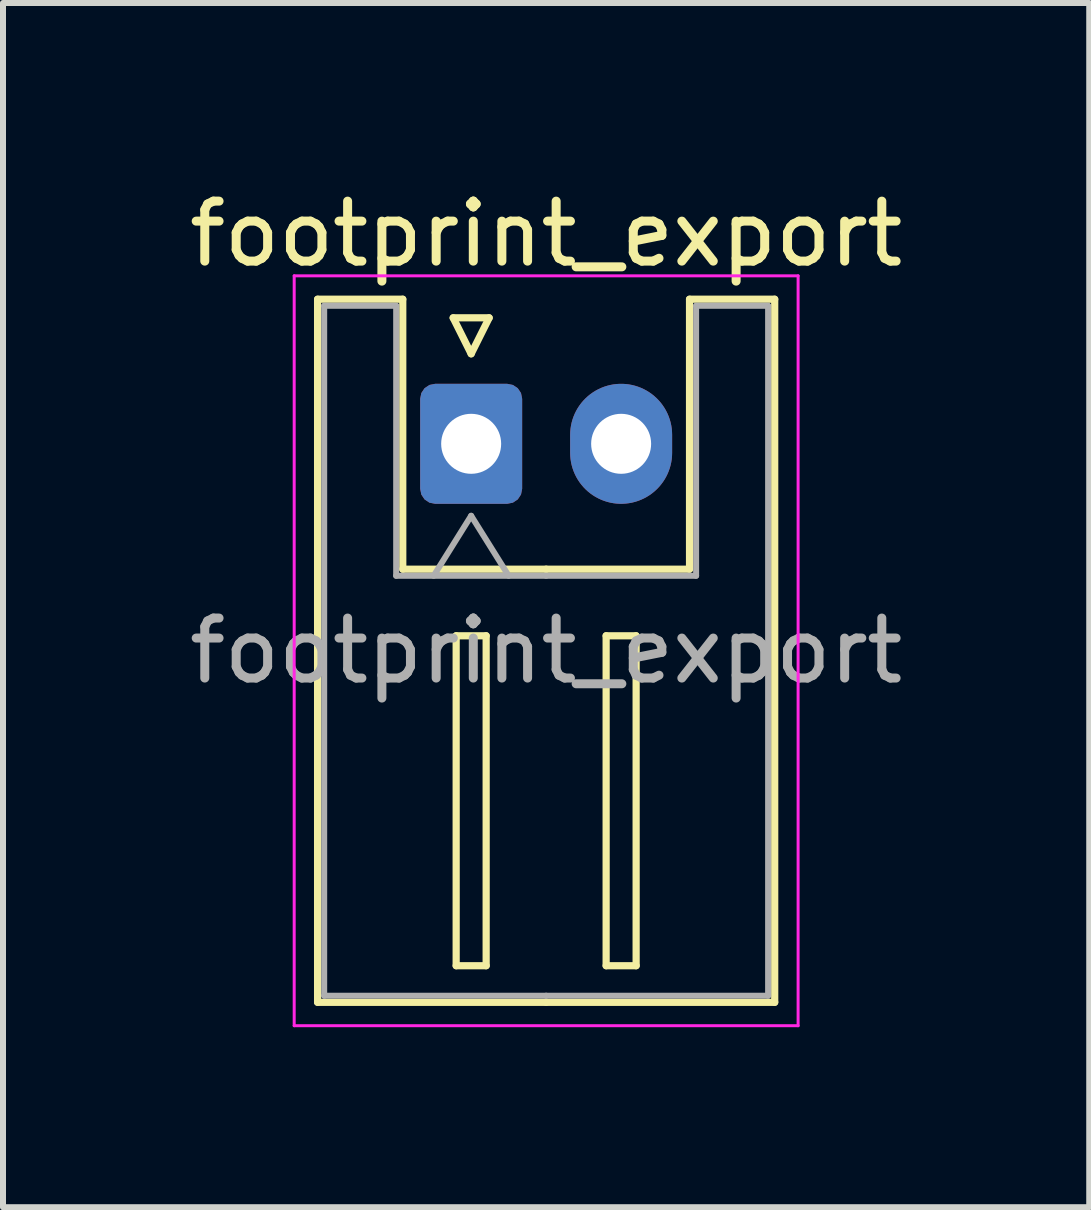
<source format=kicad_pcb>
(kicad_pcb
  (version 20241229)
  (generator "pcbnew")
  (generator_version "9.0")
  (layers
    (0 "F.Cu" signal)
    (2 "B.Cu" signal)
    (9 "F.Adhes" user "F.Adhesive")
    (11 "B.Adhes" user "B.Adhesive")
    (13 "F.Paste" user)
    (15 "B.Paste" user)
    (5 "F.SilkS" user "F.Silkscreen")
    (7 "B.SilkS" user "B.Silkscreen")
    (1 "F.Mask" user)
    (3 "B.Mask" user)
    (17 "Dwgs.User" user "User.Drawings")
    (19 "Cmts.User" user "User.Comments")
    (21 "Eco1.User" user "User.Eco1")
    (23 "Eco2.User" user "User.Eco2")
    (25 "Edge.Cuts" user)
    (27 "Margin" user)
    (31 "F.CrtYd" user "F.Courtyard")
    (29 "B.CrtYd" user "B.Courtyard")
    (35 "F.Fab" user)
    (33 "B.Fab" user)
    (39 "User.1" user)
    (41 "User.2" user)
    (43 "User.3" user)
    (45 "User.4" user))
  (footprint "footprint_export"
    (layer "F.Cu")
    (at 4.804 4.348)
    (property "Reference" "footprint_export" (at 1.25 -3.5 0) (layer "F.SilkS") (effects (font (size 1 1) (thickness 0.15))))
    (attr through_hole)
    (fp_line (start -2.56 -2.41) (end -1.14 -2.41) (stroke (width 0.12) (type solid)) (layer "F.SilkS"))
    (fp_line (start -2.56 9.31) (end -2.56 -2.41) (stroke (width 0.12) (type solid)) (layer "F.SilkS"))
    (fp_line (start -1.14 -2.41) (end -1.14 2.09) (stroke (width 0.12) (type solid)) (layer "F.SilkS"))
    (fp_line (start -1.14 2.09) (end 1.25 2.09) (stroke (width 0.12) (type solid)) (layer "F.SilkS"))
    (fp_line (start -0.3 -2.1) (end 0.3 -2.1) (stroke (width 0.12) (type solid)) (layer "F.SilkS"))
    (fp_line (start -0.25 3.2) (end -0.25 8.7) (stroke (width 0.12) (type solid)) (layer "F.SilkS"))
    (fp_line (start -0.25 8.7) (end 0.25 8.7) (stroke (width 0.12) (type solid)) (layer "F.SilkS"))
    (fp_line (start 0 -1.5) (end -0.3 -2.1) (stroke (width 0.12) (type solid)) (layer "F.SilkS"))
    (fp_line (start 0.25 3.2) (end -0.25 3.2) (stroke (width 0.12) (type solid)) (layer "F.SilkS"))
    (fp_line (start 0.25 8.7) (end 0.25 3.2) (stroke (width 0.12) (type solid)) (layer "F.SilkS"))
    (fp_line (start 0.3 -2.1) (end 0 -1.5) (stroke (width 0.12) (type solid)) (layer "F.SilkS"))
    (fp_line (start 1.25 9.31) (end -2.56 9.31) (stroke (width 0.12) (type solid)) (layer "F.SilkS"))
    (fp_line (start 1.25 9.31) (end 5.06 9.31) (stroke (width 0.12) (type solid)) (layer "F.SilkS"))
    (fp_line (start 2.25 3.2) (end 2.25 8.7) (stroke (width 0.12) (type solid)) (layer "F.SilkS"))
    (fp_line (start 2.25 8.7) (end 2.75 8.7) (stroke (width 0.12) (type solid)) (layer "F.SilkS"))
    (fp_line (start 2.75 3.2) (end 2.25 3.2) (stroke (width 0.12) (type solid)) (layer "F.SilkS"))
    (fp_line (start 2.75 8.7) (end 2.75 3.2) (stroke (width 0.12) (type solid)) (layer "F.SilkS"))
    (fp_line (start 3.64 -2.41) (end 3.64 2.09) (stroke (width 0.12) (type solid)) (layer "F.SilkS"))
    (fp_line (start 3.64 2.09) (end 1.25 2.09) (stroke (width 0.12) (type solid)) (layer "F.SilkS"))
    (fp_line (start 5.06 -2.41) (end 3.64 -2.41) (stroke (width 0.12) (type solid)) (layer "F.SilkS"))
    (fp_line (start 5.06 9.31) (end 5.06 -2.41) (stroke (width 0.12) (type solid)) (layer "F.SilkS"))
    (fp_line (start -2.95 -2.8) (end -2.95 9.7) (stroke (width 0.05) (type solid)) (layer "F.CrtYd"))
    (fp_line (start -2.95 9.7) (end 5.45 9.7) (stroke (width 0.05) (type solid)) (layer "F.CrtYd"))
    (fp_line (start 5.45 -2.8) (end -2.95 -2.8) (stroke (width 0.05) (type solid)) (layer "F.CrtYd"))
    (fp_line (start 5.45 9.7) (end 5.45 -2.8) (stroke (width 0.05) (type solid)) (layer "F.CrtYd"))
    (fp_line (start -2.45 -2.3) (end -1.25 -2.3) (stroke (width 0.1) (type solid)) (layer "F.Fab"))
    (fp_line (start -2.45 9.2) (end -2.45 -2.3) (stroke (width 0.1) (type solid)) (layer "F.Fab"))
    (fp_line (start -1.25 -2.3) (end -1.25 2.2) (stroke (width 0.1) (type solid)) (layer "F.Fab"))
    (fp_line (start -1.25 2.2) (end 1.25 2.2) (stroke (width 0.1) (type solid)) (layer "F.Fab"))
    (fp_line (start -0.625 2.2) (end 0 1.2) (stroke (width 0.1) (type solid)) (layer "F.Fab"))
    (fp_line (start 0 1.2) (end 0.625 2.2) (stroke (width 0.1) (type solid)) (layer "F.Fab"))
    (fp_line (start 1.25 9.2) (end -2.45 9.2) (stroke (width 0.1) (type solid)) (layer "F.Fab"))
    (fp_line (start 1.25 9.2) (end 4.95 9.2) (stroke (width 0.1) (type solid)) (layer "F.Fab"))
    (fp_line (start 3.75 -2.3) (end 3.75 2.2) (stroke (width 0.1) (type solid)) (layer "F.Fab"))
    (fp_line (start 3.75 2.2) (end 1.25 2.2) (stroke (width 0.1) (type solid)) (layer "F.Fab"))
    (fp_line (start 4.95 -2.3) (end 3.75 -2.3) (stroke (width 0.1) (type solid)) (layer "F.Fab"))
    (fp_line (start 4.95 9.2) (end 4.95 -2.3) (stroke (width 0.1) (type solid)) (layer "F.Fab"))
    (fp_text user "${REFERENCE}" (at 1.25 3.45 0) (layer "F.Fab") (effects (font (size 1 1) (thickness 0.15))))
    (pad "1" thru_hole roundrect (at 0 0) (size 1.7 2) (drill 1) (layers "*.Cu" "*.Mask") (roundrect_rratio 0.147))
    (pad "2" thru_hole oval (at 2.5 0) (size 1.7 2) (drill 1) (layers "*.Cu" "*.Mask")))
  (gr_rect
    (start -3 -3)
    (end 15.107 17.073)
    (stroke (width 0.1) (type default))
    (fill no)
    (layer "Edge.Cuts")))
</source>
